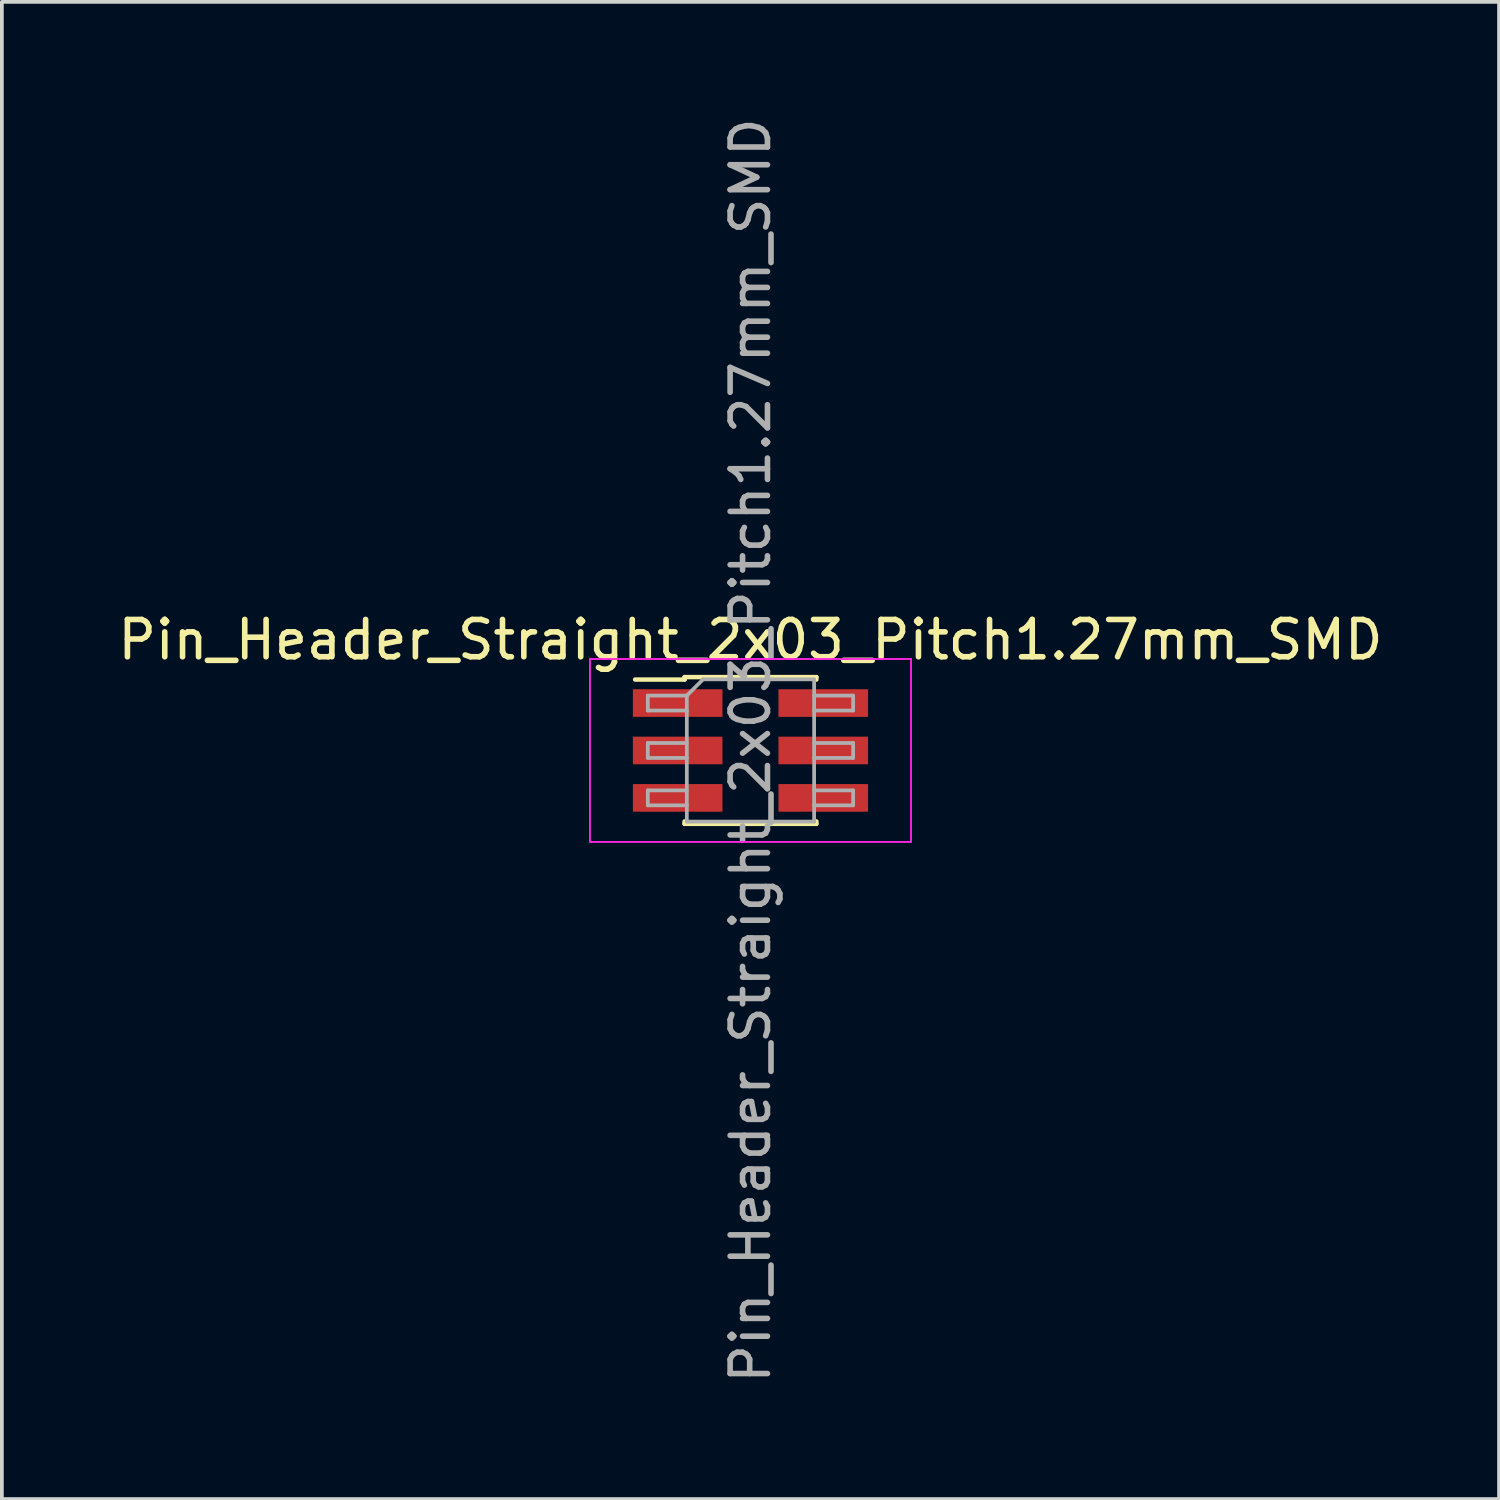
<source format=kicad_pcb>
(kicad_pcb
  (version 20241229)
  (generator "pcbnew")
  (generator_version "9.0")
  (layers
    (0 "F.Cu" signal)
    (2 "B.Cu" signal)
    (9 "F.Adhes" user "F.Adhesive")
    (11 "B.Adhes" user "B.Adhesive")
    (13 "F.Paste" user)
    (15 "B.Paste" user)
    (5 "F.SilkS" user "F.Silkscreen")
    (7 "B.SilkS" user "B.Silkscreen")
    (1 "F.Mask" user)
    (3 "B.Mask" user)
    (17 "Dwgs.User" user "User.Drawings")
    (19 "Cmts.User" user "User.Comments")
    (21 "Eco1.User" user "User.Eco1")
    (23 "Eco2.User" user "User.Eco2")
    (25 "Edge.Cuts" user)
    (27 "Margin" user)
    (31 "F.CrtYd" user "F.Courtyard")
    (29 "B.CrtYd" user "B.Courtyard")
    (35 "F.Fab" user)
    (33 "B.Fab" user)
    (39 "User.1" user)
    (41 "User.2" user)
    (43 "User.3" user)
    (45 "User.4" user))
  (footprint "Pin_Header_Straight_2x03_Pitch1.27mm_SMD"
    (layer "F.Cu")
    (at 17.054 17.054)
    (property "Reference" "Pin_Header_Straight_2x03_Pitch1.27mm_SMD" (at 0 -2.965 0) (layer "F.SilkS") (effects (font (size 1 1) (thickness 0.15))))
    (attr smd)
    (fp_line (start -3.09 -1.9) (end -1.765 -1.9) (stroke (width 0.12) (type solid)) (layer "F.SilkS"))
    (fp_line (start -1.765 -1.965) (end -1.765 -1.9) (stroke (width 0.12) (type solid)) (layer "F.SilkS"))
    (fp_line (start -1.765 -1.965) (end 1.765 -1.965) (stroke (width 0.12) (type solid)) (layer "F.SilkS"))
    (fp_line (start -1.765 1.9) (end -1.765 1.965) (stroke (width 0.12) (type solid)) (layer "F.SilkS"))
    (fp_line (start -1.765 1.965) (end 1.765 1.965) (stroke (width 0.12) (type solid)) (layer "F.SilkS"))
    (fp_line (start 1.765 -1.965) (end 1.765 -1.9) (stroke (width 0.12) (type solid)) (layer "F.SilkS"))
    (fp_line (start 1.765 1.9) (end 1.765 1.965) (stroke (width 0.12) (type solid)) (layer "F.SilkS"))
    (fp_line (start -4.3 -2.45) (end -4.3 2.45) (stroke (width 0.05) (type solid)) (layer "F.CrtYd"))
    (fp_line (start -4.3 2.45) (end 4.3 2.45) (stroke (width 0.05) (type solid)) (layer "F.CrtYd"))
    (fp_line (start 4.3 -2.45) (end -4.3 -2.45) (stroke (width 0.05) (type solid)) (layer "F.CrtYd"))
    (fp_line (start 4.3 2.45) (end 4.3 -2.45) (stroke (width 0.05) (type solid)) (layer "F.CrtYd"))
    (fp_line (start -2.75 -1.47) (end -2.75 -1.07) (stroke (width 0.1) (type solid)) (layer "F.Fab"))
    (fp_line (start -2.75 -1.07) (end -1.705 -1.07) (stroke (width 0.1) (type solid)) (layer "F.Fab"))
    (fp_line (start -2.75 -0.2) (end -2.75 0.2) (stroke (width 0.1) (type solid)) (layer "F.Fab"))
    (fp_line (start -2.75 0.2) (end -1.705 0.2) (stroke (width 0.1) (type solid)) (layer "F.Fab"))
    (fp_line (start -2.75 1.07) (end -2.75 1.47) (stroke (width 0.1) (type solid)) (layer "F.Fab"))
    (fp_line (start -2.75 1.47) (end -1.705 1.47) (stroke (width 0.1) (type solid)) (layer "F.Fab"))
    (fp_line (start -1.705 -1.47) (end -2.75 -1.47) (stroke (width 0.1) (type solid)) (layer "F.Fab"))
    (fp_line (start -1.705 -1.47) (end -1.27 -1.905) (stroke (width 0.1) (type solid)) (layer "F.Fab"))
    (fp_line (start -1.705 -0.2) (end -2.75 -0.2) (stroke (width 0.1) (type solid)) (layer "F.Fab"))
    (fp_line (start -1.705 1.07) (end -2.75 1.07) (stroke (width 0.1) (type solid)) (layer "F.Fab"))
    (fp_line (start -1.705 1.905) (end -1.705 -1.47) (stroke (width 0.1) (type solid)) (layer "F.Fab"))
    (fp_line (start -1.27 -1.905) (end 1.705 -1.905) (stroke (width 0.1) (type solid)) (layer "F.Fab"))
    (fp_line (start 1.705 -1.905) (end 1.705 1.905) (stroke (width 0.1) (type solid)) (layer "F.Fab"))
    (fp_line (start 1.705 -1.47) (end 2.75 -1.47) (stroke (width 0.1) (type solid)) (layer "F.Fab"))
    (fp_line (start 1.705 -0.2) (end 2.75 -0.2) (stroke (width 0.1) (type solid)) (layer "F.Fab"))
    (fp_line (start 1.705 1.07) (end 2.75 1.07) (stroke (width 0.1) (type solid)) (layer "F.Fab"))
    (fp_line (start 1.705 1.905) (end -1.705 1.905) (stroke (width 0.1) (type solid)) (layer "F.Fab"))
    (fp_line (start 2.75 -1.47) (end 2.75 -1.07) (stroke (width 0.1) (type solid)) (layer "F.Fab"))
    (fp_line (start 2.75 -1.07) (end 1.705 -1.07) (stroke (width 0.1) (type solid)) (layer "F.Fab"))
    (fp_line (start 2.75 -0.2) (end 2.75 0.2) (stroke (width 0.1) (type solid)) (layer "F.Fab"))
    (fp_line (start 2.75 0.2) (end 1.705 0.2) (stroke (width 0.1) (type solid)) (layer "F.Fab"))
    (fp_line (start 2.75 1.07) (end 2.75 1.47) (stroke (width 0.1) (type solid)) (layer "F.Fab"))
    (fp_line (start 2.75 1.47) (end 1.705 1.47) (stroke (width 0.1) (type solid)) (layer "F.Fab"))
    (fp_text user "${REFERENCE}" (at 0 0 90) (layer "F.Fab") (effects (font (size 1 1) (thickness 0.15))))
    (pad "1" smd rect (at -1.95 -1.27) (size 2.4 0.74) (layers "F.Cu" "F.Mask" "F.Paste"))
    (pad "2" smd rect (at -1.95 0) (size 2.4 0.74) (layers "F.Cu" "F.Mask" "F.Paste"))
    (pad "3" smd rect (at -1.95 1.27) (size 2.4 0.74) (layers "F.Cu" "F.Mask" "F.Paste"))
    (pad "4" smd rect (at 1.95 1.27) (size 2.4 0.74) (layers "F.Cu" "F.Mask" "F.Paste"))
    (pad "5" smd rect (at 1.95 0) (size 2.4 0.74) (layers "F.Cu" "F.Mask" "F.Paste"))
    (pad "6" smd rect (at 1.95 -1.27) (size 2.4 0.74) (layers "F.Cu" "F.Mask" "F.Paste")))
  (gr_rect
    (start -3 -3)
    (end 37.107 37.107)
    (stroke (width 0.1) (type default))
    (fill no)
    (layer "Edge.Cuts")))
</source>
